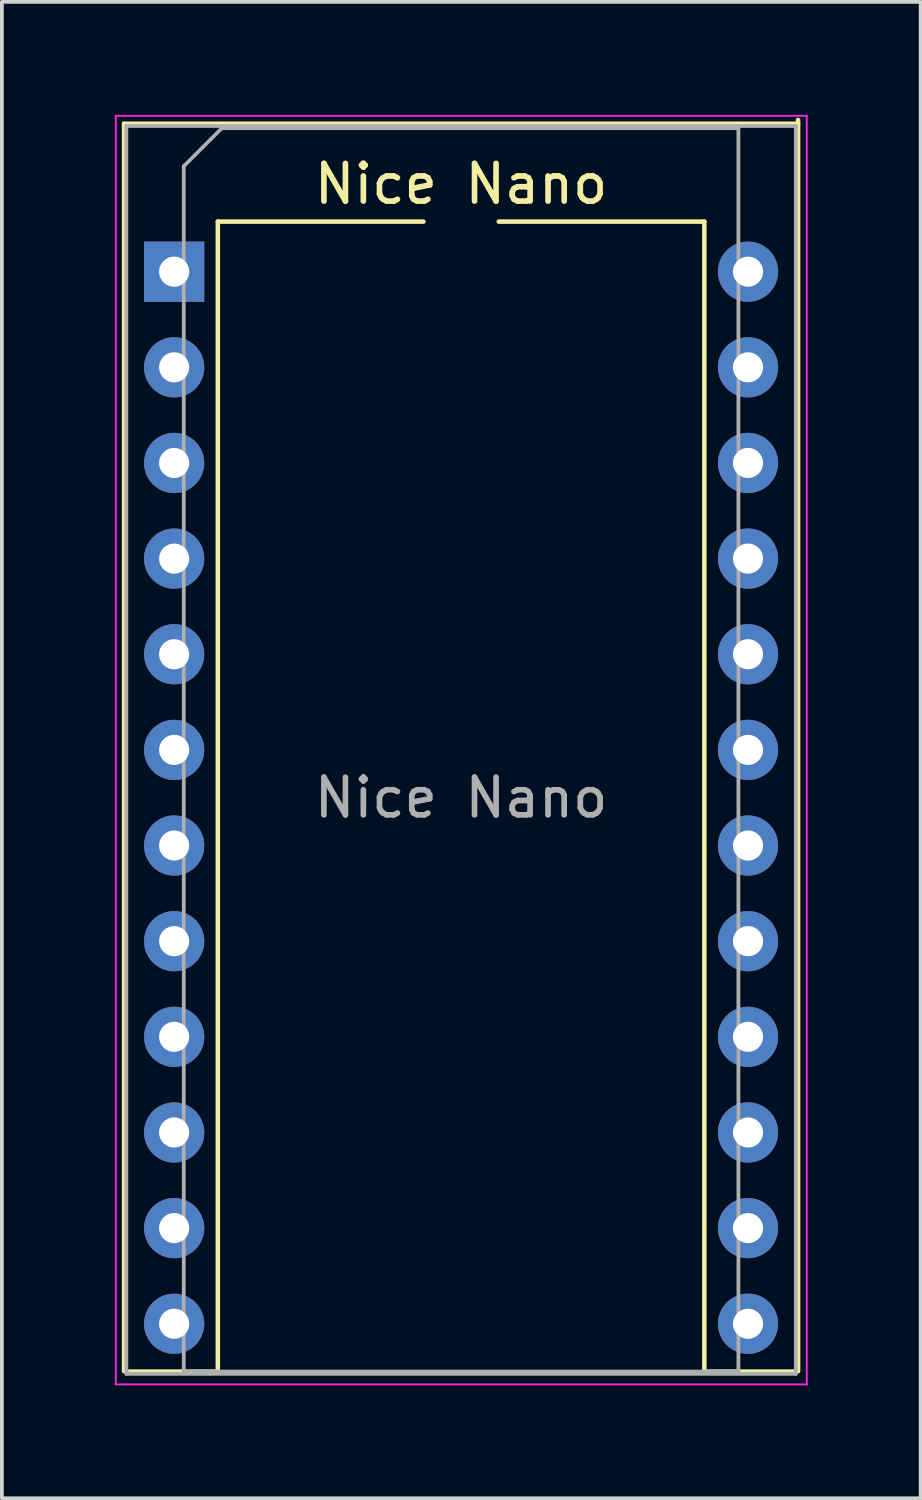
<source format=kicad_pcb>
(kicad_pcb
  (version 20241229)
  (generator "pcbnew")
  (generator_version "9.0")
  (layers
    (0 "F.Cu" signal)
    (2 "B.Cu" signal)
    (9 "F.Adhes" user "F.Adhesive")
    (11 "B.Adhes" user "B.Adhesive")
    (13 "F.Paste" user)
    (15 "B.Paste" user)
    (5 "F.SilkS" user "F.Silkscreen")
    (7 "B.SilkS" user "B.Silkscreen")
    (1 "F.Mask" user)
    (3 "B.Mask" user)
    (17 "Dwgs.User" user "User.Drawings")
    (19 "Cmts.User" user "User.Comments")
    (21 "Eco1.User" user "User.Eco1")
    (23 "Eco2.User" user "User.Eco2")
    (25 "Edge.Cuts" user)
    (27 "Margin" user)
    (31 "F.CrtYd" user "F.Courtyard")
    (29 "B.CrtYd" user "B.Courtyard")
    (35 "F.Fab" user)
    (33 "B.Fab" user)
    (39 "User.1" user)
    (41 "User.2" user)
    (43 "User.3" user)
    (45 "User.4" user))
  (footprint "Nice Nano"
    (layer "F.Cu")
    (at 1.575 4.165)
    (property "Reference" "Nice Nano" (at 7.62 -2.33 0) (layer "F.SilkS") (effects (font (size 1 1) (thickness 0.15))))
    (attr through_hole)
    (fp_line (start -1.33 -3.93) (end -1.33 29.2) (stroke (width 0.12) (type solid)) (layer "F.SilkS"))
    (fp_line (start -1.33 29.2) (end 1.16 29.2) (stroke (width 0.1) (type default)) (layer "F.SilkS"))
    (fp_line (start 1.16 -1.33) (end 1.16 29.2) (stroke (width 0.12) (type solid)) (layer "F.SilkS"))
    (fp_line (start 6.62 -1.33) (end 1.16 -1.33) (stroke (width 0.12) (type solid)) (layer "F.SilkS"))
    (fp_line (start 14.08 -1.33) (end 8.62 -1.33) (stroke (width 0.12) (type solid)) (layer "F.SilkS"))
    (fp_line (start 14.08 29.2) (end 14.08 -1.33) (stroke (width 0.12) (type solid)) (layer "F.SilkS"))
    (fp_line (start 14.08 29.2) (end 16.57 29.2) (stroke (width 0.1) (type default)) (layer "F.SilkS"))
    (fp_line (start 16.57 -3.93) (end -1.33 -3.93) (stroke (width 0.12) (type solid)) (layer "F.SilkS"))
    (fp_line (start 16.57 29.2) (end 16.57 -4.03) (stroke (width 0.12) (type solid)) (layer "F.SilkS"))
    (fp_line (start -1.55 -4.14) (end -1.55 29.55) (stroke (width 0.05) (type solid)) (layer "F.CrtYd"))
    (fp_line (start -1.55 29.55) (end 16.8 29.55) (stroke (width 0.05) (type solid)) (layer "F.CrtYd"))
    (fp_line (start 16.8 -4.14) (end -1.55 -4.14) (stroke (width 0.05) (type solid)) (layer "F.CrtYd"))
    (fp_line (start 16.8 29.55) (end 16.8 -4.14) (stroke (width 0.05) (type solid)) (layer "F.CrtYd"))
    (fp_line (start -1.27 -3.87) (end -1.27 29.27) (stroke (width 0.1) (type solid)) (layer "F.Fab"))
    (fp_line (start -1.27 29.27) (end 16.51 29.27) (stroke (width 0.1) (type solid)) (layer "F.Fab"))
    (fp_line (start 0.255 -2.8) (end 1.255 -3.8) (stroke (width 0.1) (type solid)) (layer "F.Fab"))
    (fp_line (start 0.255 29.21) (end 0.255 -2.8) (stroke (width 0.1) (type solid)) (layer "F.Fab"))
    (fp_line (start 1.255 -3.81) (end 14.985 -3.81) (stroke (width 0.1) (type solid)) (layer "F.Fab"))
    (fp_line (start 14.985 -3.81) (end 14.985 29.21) (stroke (width 0.1) (type solid)) (layer "F.Fab"))
    (fp_line (start 14.985 29.21) (end 0.255 29.21) (stroke (width 0.1) (type solid)) (layer "F.Fab"))
    (fp_line (start 16.51 -3.87) (end -1.27 -3.87) (stroke (width 0.1) (type solid)) (layer "F.Fab"))
    (fp_line (start 16.51 29.27) (end 16.51 -3.87) (stroke (width 0.1) (type solid)) (layer "F.Fab"))
    (fp_text user "${REFERENCE}" (at 7.62 13.97 0) (layer "F.Fab") (effects (font (size 1 1) (thickness 0.15))))
    (pad "1" thru_hole rect (at 0 0) (size 1.6 1.6) (drill 0.8) (layers "*.Cu" "*.Mask"))
    (pad "2" thru_hole oval (at 0 2.54) (size 1.6 1.6) (drill 0.8) (layers "*.Cu" "*.Mask"))
    (pad "3" thru_hole oval (at 0 5.08) (size 1.6 1.6) (drill 0.8) (layers "*.Cu" "*.Mask"))
    (pad "4" thru_hole oval (at 0 7.62) (size 1.6 1.6) (drill 0.8) (layers "*.Cu" "*.Mask"))
    (pad "5" thru_hole oval (at 0 10.16) (size 1.6 1.6) (drill 0.8) (layers "*.Cu" "*.Mask"))
    (pad "6" thru_hole oval (at 0 12.7) (size 1.6 1.6) (drill 0.8) (layers "*.Cu" "*.Mask"))
    (pad "7" thru_hole oval (at 0 15.24) (size 1.6 1.6) (drill 0.8) (layers "*.Cu" "*.Mask"))
    (pad "8" thru_hole oval (at 0 17.78) (size 1.6 1.6) (drill 0.8) (layers "*.Cu" "*.Mask"))
    (pad "9" thru_hole oval (at 0 20.32) (size 1.6 1.6) (drill 0.8) (layers "*.Cu" "*.Mask"))
    (pad "10" thru_hole oval (at 0 22.86) (size 1.6 1.6) (drill 0.8) (layers "*.Cu" "*.Mask"))
    (pad "11" thru_hole oval (at 0 25.4) (size 1.6 1.6) (drill 0.8) (layers "*.Cu" "*.Mask"))
    (pad "12" thru_hole oval (at 0 27.94) (size 1.6 1.6) (drill 0.8) (layers "*.Cu" "*.Mask"))
    (pad "13" thru_hole oval (at 15.24 27.94) (size 1.6 1.6) (drill 0.8) (layers "*.Cu" "*.Mask"))
    (pad "14" thru_hole oval (at 15.24 25.4) (size 1.6 1.6) (drill 0.8) (layers "*.Cu" "*.Mask"))
    (pad "15" thru_hole oval (at 15.24 22.86) (size 1.6 1.6) (drill 0.8) (layers "*.Cu" "*.Mask"))
    (pad "16" thru_hole oval (at 15.24 20.32) (size 1.6 1.6) (drill 0.8) (layers "*.Cu" "*.Mask"))
    (pad "17" thru_hole oval (at 15.24 17.78) (size 1.6 1.6) (drill 0.8) (layers "*.Cu" "*.Mask"))
    (pad "18" thru_hole oval (at 15.24 15.24) (size 1.6 1.6) (drill 0.8) (layers "*.Cu" "*.Mask"))
    (pad "19" thru_hole oval (at 15.24 12.7) (size 1.6 1.6) (drill 0.8) (layers "*.Cu" "*.Mask"))
    (pad "20" thru_hole oval (at 15.24 10.16) (size 1.6 1.6) (drill 0.8) (layers "*.Cu" "*.Mask"))
    (pad "21" thru_hole oval (at 15.24 7.62) (size 1.6 1.6) (drill 0.8) (layers "*.Cu" "*.Mask"))
    (pad "22" thru_hole oval (at 15.24 5.08) (size 1.6 1.6) (drill 0.8) (layers "*.Cu" "*.Mask"))
    (pad "23" thru_hole oval (at 15.24 2.54) (size 1.6 1.6) (drill 0.8) (layers "*.Cu" "*.Mask"))
    (pad "24" thru_hole oval (at 15.24 0) (size 1.6 1.6) (drill 0.8) (layers "*.Cu" "*.Mask")))
  (gr_rect
    (start -3 -3)
    (end 21.4 36.74)
    (stroke (width 0.1) (type default))
    (fill no)
    (layer "Edge.Cuts")))
</source>
